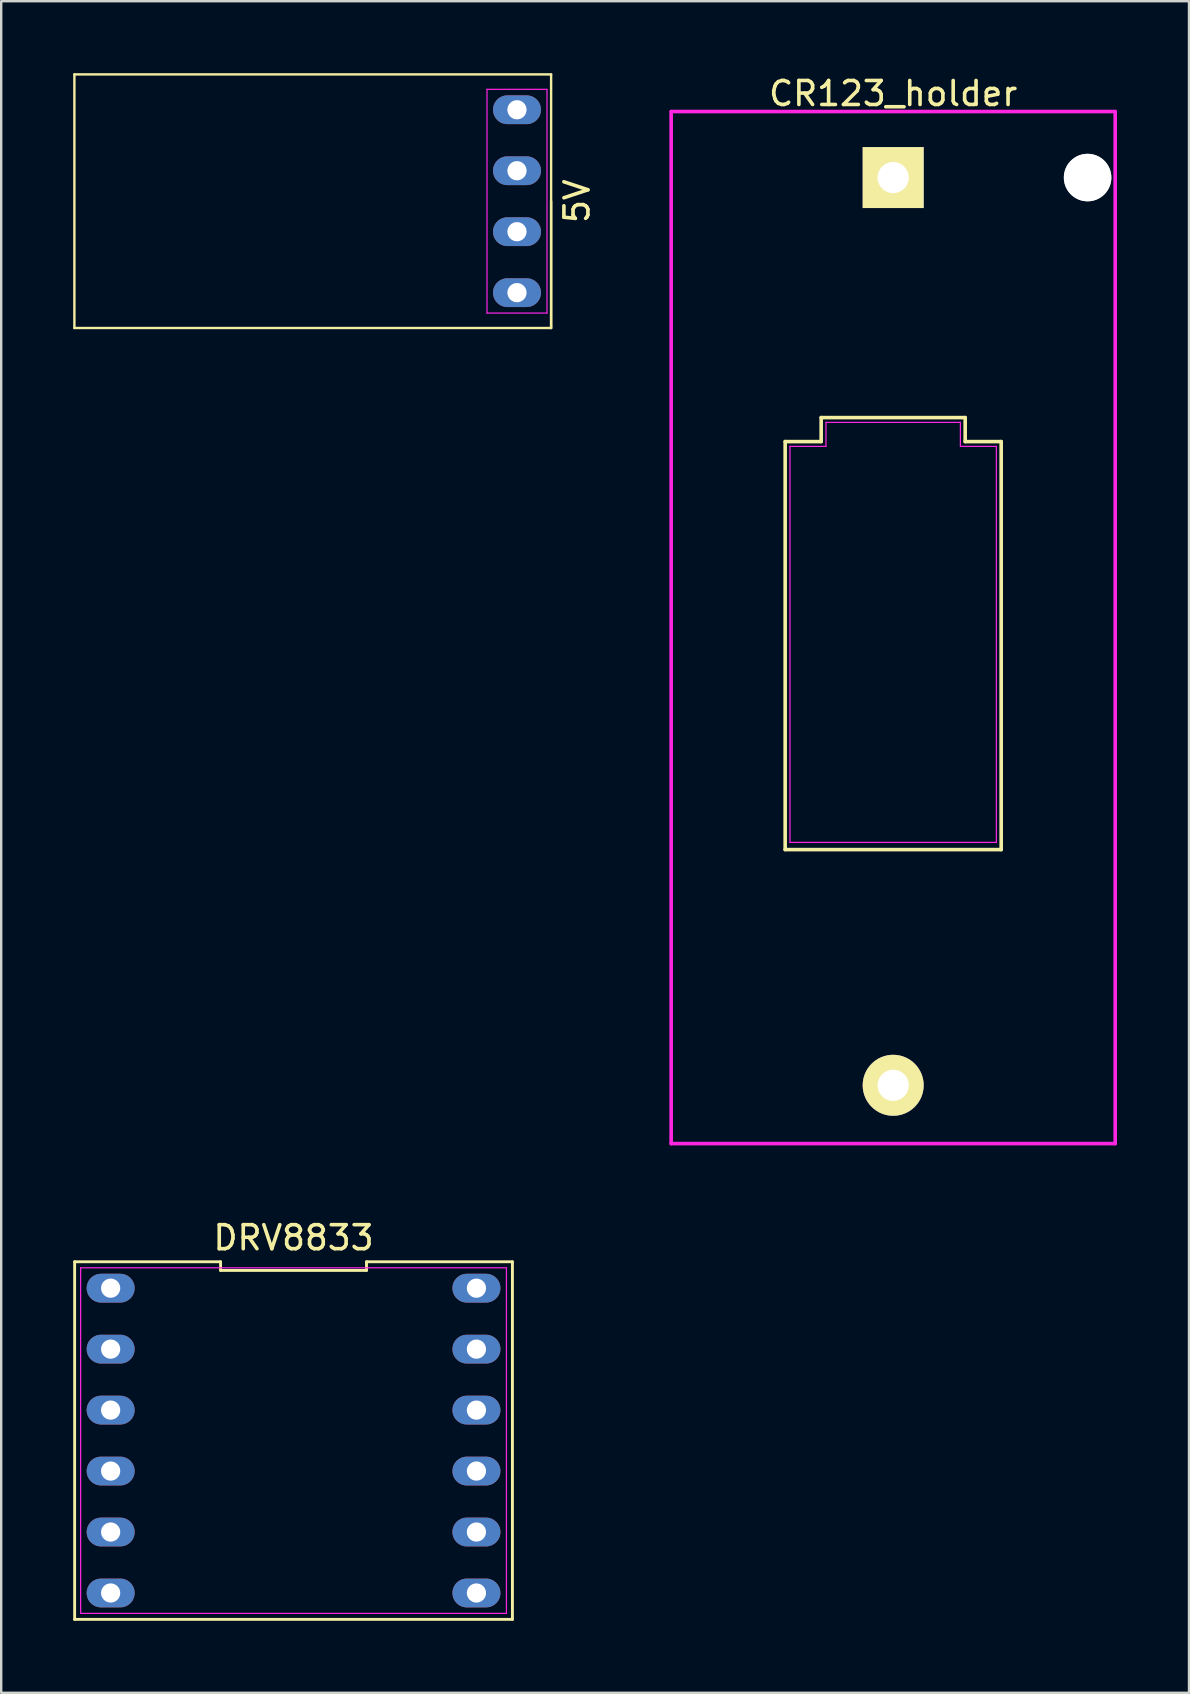
<source format=kicad_pcb>
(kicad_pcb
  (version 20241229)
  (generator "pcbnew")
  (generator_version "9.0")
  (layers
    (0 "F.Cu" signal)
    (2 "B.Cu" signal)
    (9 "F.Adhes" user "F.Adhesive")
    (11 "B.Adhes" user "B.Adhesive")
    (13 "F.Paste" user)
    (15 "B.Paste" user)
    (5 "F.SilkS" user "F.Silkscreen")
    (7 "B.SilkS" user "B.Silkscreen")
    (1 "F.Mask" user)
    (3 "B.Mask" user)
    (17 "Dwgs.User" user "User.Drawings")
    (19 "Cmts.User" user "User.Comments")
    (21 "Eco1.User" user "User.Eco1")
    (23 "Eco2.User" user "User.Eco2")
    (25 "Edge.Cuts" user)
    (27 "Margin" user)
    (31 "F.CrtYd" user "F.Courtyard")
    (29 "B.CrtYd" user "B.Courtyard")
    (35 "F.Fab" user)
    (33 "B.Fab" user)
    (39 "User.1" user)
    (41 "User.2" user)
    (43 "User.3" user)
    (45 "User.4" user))
  (footprint "5V"
    (layer "F.Cu")
    (at 18.49 1.523)
    (property "Reference" "5V" (at 2.5 3.81 90) (layer "F.SilkS") (effects (font (size 1 1) (thickness 0.15))))
    (attr through_hole)
    (fp_line (start -18.44 -1.473) (end -18.44 9.093) (stroke (width 0.1) (type default)) (layer "F.SilkS"))
    (fp_line (start -18.44 9.093) (end 1.422 9.093) (stroke (width 0.1) (type default)) (layer "F.SilkS"))
    (fp_line (start 1.422 -1.473) (end -18.44 -1.473) (stroke (width 0.1) (type default)) (layer "F.SilkS"))
    (fp_line (start 1.422 3.81) (end 1.422 9.093) (stroke (width 0.1) (type default)) (layer "F.SilkS"))
    (fp_line (start 1.422 9.093) (end 1.422 -1.473) (stroke (width 0.1) (type default)) (layer "F.SilkS"))
    (fp_line (start -1.25 -0.85) (end 1.25 -0.85) (stroke (width 0.05) (type default)) (layer "F.CrtYd"))
    (fp_line (start -1.25 8.47) (end -1.25 -0.85) (stroke (width 0.05) (type default)) (layer "F.CrtYd"))
    (fp_line (start 1.25 -0.85) (end 1.25 8.47) (stroke (width 0.05) (type default)) (layer "F.CrtYd"))
    (fp_line (start 1.25 8.47) (end -1.25 8.47) (stroke (width 0.05) (type default)) (layer "F.CrtYd"))
    (pad "1" thru_hole oval (at 0 0 90) (size 1.2 2) (drill 0.8) (layers "*.Cu" "*.Mask"))
    (pad "2" thru_hole oval (at 0 2.54 90) (size 1.2 2) (drill 0.8) (layers "*.Cu" "*.Mask"))
    (pad "3" thru_hole oval (at 0 5.08 90) (size 1.2 2) (drill 0.8) (layers "*.Cu" "*.Mask"))
    (pad "4" thru_hole oval (at 0 7.62 90) (size 1.2 2) (drill 0.8) (layers "*.Cu" "*.Mask")))
  (footprint "DRV8833"
    (layer "F.Cu")
    (at 1.56 50.621)
    (property "Reference" "DRV8833" (at 7.62 -2.1 0) (layer "F.SilkS") (effects (font (size 1 1) (thickness 0.15))))
    (attr through_hole)
    (fp_line (start -1.5 -1.1) (end -1.5 13.8) (stroke (width 0.12) (type default)) (layer "F.SilkS"))
    (fp_line (start -1.5 13.8) (end 16.74 13.8) (stroke (width 0.12) (type default)) (layer "F.SilkS"))
    (fp_line (start 4.58 -1.1) (end -1.5 -1.1) (stroke (width 0.12) (type default)) (layer "F.SilkS"))
    (fp_line (start 4.58 -0.74) (end 4.58 -1.1) (stroke (width 0.12) (type default)) (layer "F.SilkS"))
    (fp_line (start 10.66 -1.1) (end 10.66 -0.74) (stroke (width 0.12) (type default)) (layer "F.SilkS"))
    (fp_line (start 10.66 -0.74) (end 4.58 -0.74) (stroke (width 0.12) (type default)) (layer "F.SilkS"))
    (fp_line (start 16.74 -1.1) (end 10.66 -1.1) (stroke (width 0.12) (type default)) (layer "F.SilkS"))
    (fp_line (start 16.74 13.8) (end 16.74 -1.1) (stroke (width 0.12) (type default)) (layer "F.SilkS"))
    (fp_line (start -1.25 -0.85) (end 16.49 -0.85) (stroke (width 0.05) (type default)) (layer "F.CrtYd"))
    (fp_line (start -1.25 13.55) (end -1.25 -0.85) (stroke (width 0.05) (type default)) (layer "F.CrtYd"))
    (fp_line (start 16.49 -0.85) (end 16.49 13.55) (stroke (width 0.05) (type default)) (layer "F.CrtYd"))
    (fp_line (start 16.49 13.55) (end -1.25 13.55) (stroke (width 0.05) (type default)) (layer "F.CrtYd"))
    (pad "1" thru_hole oval (at 0 0 270) (size 1.2 2) (drill 0.8) (layers "*.Cu" "*.Mask"))
    (pad "2" thru_hole oval (at 0 2.54 270) (size 1.2 2) (drill 0.8) (layers "*.Cu" "*.Mask"))
    (pad "3" thru_hole oval (at 0 5.08 270) (size 1.2 2) (drill 0.8) (layers "*.Cu" "*.Mask"))
    (pad "4" thru_hole oval (at 0 7.62 270) (size 1.2 2) (drill 0.8) (layers "*.Cu" "*.Mask"))
    (pad "5" thru_hole oval (at 0 10.16 270) (size 1.2 2) (drill 0.8) (layers "*.Cu" "*.Mask"))
    (pad "6" thru_hole oval (at 0 12.7 270) (size 1.2 2) (drill 0.8) (layers "*.Cu" "*.Mask"))
    (pad "7" thru_hole oval (at 15.24 12.7 270) (size 1.2 2) (drill 0.8) (layers "*.Cu" "*.Mask"))
    (pad "8" thru_hole oval (at 15.24 10.16 270) (size 1.2 2) (drill 0.8) (layers "*.Cu" "*.Mask"))
    (pad "9" thru_hole oval (at 15.24 7.62 270) (size 1.2 2) (drill 0.8) (layers "*.Cu" "*.Mask"))
    (pad "10" thru_hole oval (at 15.24 5.08 270) (size 1.2 2) (drill 0.8) (layers "*.Cu" "*.Mask"))
    (pad "11" thru_hole oval (at 15.24 2.54 270) (size 1.2 2) (drill 0.8) (layers "*.Cu" "*.Mask"))
    (pad "12" thru_hole oval (at 15.24 0 270) (size 1.2 2) (drill 0.8) (layers "*.Cu" "*.Mask")))
  (footprint "CR123_holder"
    (layer "F.Cu")
    (at 34.164 4.348)
    (property "Reference" "CR123_holder" (at 0 -3.5 0) (layer "F.SilkS") (effects (font (size 1 1) (thickness 0.15))))
    (attr through_hole)
    (fp_line (start -4.5 11) (end -4.5 28) (stroke (width 0.15) (type solid)) (layer "F.SilkS"))
    (fp_line (start -4.5 28) (end 4.5 28) (stroke (width 0.15) (type solid)) (layer "F.SilkS"))
    (fp_line (start -3 10) (end -3 11) (stroke (width 0.15) (type solid)) (layer "F.SilkS"))
    (fp_line (start -3 11) (end -4.5 11) (stroke (width 0.15) (type solid)) (layer "F.SilkS"))
    (fp_line (start 3 10) (end -3 10) (stroke (width 0.15) (type solid)) (layer "F.SilkS"))
    (fp_line (start 3 11) (end 3 10) (stroke (width 0.15) (type solid)) (layer "F.SilkS"))
    (fp_line (start 4.5 11) (end 3 11) (stroke (width 0.15) (type solid)) (layer "F.SilkS"))
    (fp_line (start 4.5 28) (end 4.5 11) (stroke (width 0.15) (type solid)) (layer "F.SilkS"))
    (fp_line (start -9.25 -2.75) (end -9.25 40.25) (stroke (width 0.15) (type solid)) (layer "F.CrtYd"))
    (fp_line (start -9.25 -2.75) (end 9.25 -2.75) (stroke (width 0.15) (type solid)) (layer "F.CrtYd"))
    (fp_line (start -9.25 40.25) (end 9.25 40.25) (stroke (width 0.15) (type solid)) (layer "F.CrtYd"))
    (fp_line (start -4.3 11.2) (end -2.8 11.2) (stroke (width 0.05) (type default)) (layer "F.CrtYd"))
    (fp_line (start -4.3 27.7) (end -4.3 11.2) (stroke (width 0.05) (type default)) (layer "F.CrtYd"))
    (fp_line (start -2.8 10.2) (end 2.8 10.2) (stroke (width 0.05) (type default)) (layer "F.CrtYd"))
    (fp_line (start -2.8 11.2) (end -2.8 10.2) (stroke (width 0.05) (type default)) (layer "F.CrtYd"))
    (fp_line (start 2.8 10.2) (end 2.8 11.2) (stroke (width 0.05) (type default)) (layer "F.CrtYd"))
    (fp_line (start 2.8 11.2) (end 4.3 11.2) (stroke (width 0.05) (type default)) (layer "F.CrtYd"))
    (fp_line (start 4.3 11.2) (end 4.3 27.7) (stroke (width 0.05) (type default)) (layer "F.CrtYd"))
    (fp_line (start 4.3 27.7) (end -4.3 27.7) (stroke (width 0.05) (type default)) (layer "F.CrtYd"))
    (fp_line (start 9.25 -2.75) (end 9.25 40.25) (stroke (width 0.15) (type solid)) (layer "F.CrtYd"))
    (pad "" np_thru_hole circle (at 8.1 0) (size 1.98 1.98) (drill 1.98) (layers "*.Cu" "Dwgs.User"))
    (pad "1" thru_hole rect (at 0 0) (size 2.54 2.54) (drill 1.3) (layers "*.Cu" "*.Mask" "F.SilkS"))
    (pad "2" thru_hole circle (at 0 37.82) (size 2.54 2.54) (drill 1.3) (layers "*.Cu" "*.Mask" "F.SilkS")))
  (gr_rect
    (start -3 -3)
    (end 46.489 67.481)
    (stroke (width 0.1) (type default))
    (fill no)
    (layer "Edge.Cuts")))
</source>
